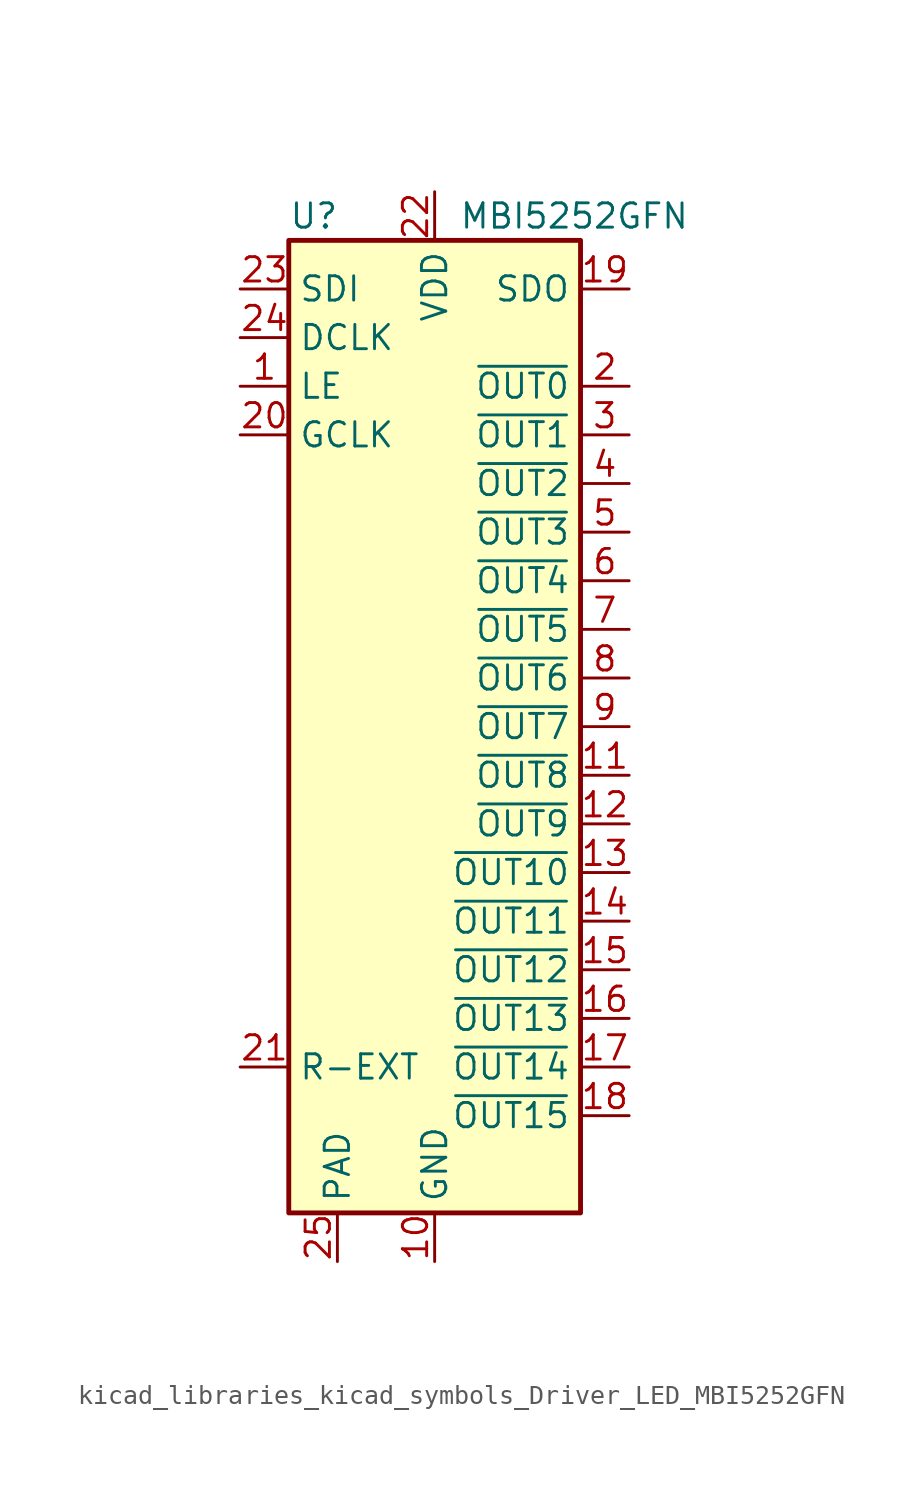
<source format=kicad_sym>
(kicad_symbol_lib
  (version 20220914)
  (generator kicad_symbol_editor)
  (symbol "kicad_libraries_kicad_symbols_Driver_LED_MBI5252GFN"
    (property "Reference" "U"
      (at -7.62 26.67 0)
      (effects (font (size 1.27 1.27)) (justify left)))
    (property "Value" "MBI5252GFN"
      (at 1.27 26.67 0)
      (effects (font (size 1.27 1.27)) (justify left)))
    (symbol "kicad_libraries_kicad_symbols_Driver_LED_MBI5252GFN_0_1"
      (rectangle (start -7.62 25.4) (end 7.62 -25.4) (stroke (width 0.254) (type default)) (fill (type background))))
    (symbol "kicad_libraries_kicad_symbols_Driver_LED_MBI5252GFN_1_1"
      (pin input line (at -10.16 17.78 0) (length 2.54) (name "LE" (effects (font (size 1.27 1.27)))) (number "1" (effects (font (size 1.27 1.27)))))
      (pin power_in line (at 0 -27.94 90) (length 2.54) (name "GND" (effects (font (size 1.27 1.27)))) (number "10" (effects (font (size 1.27 1.27)))))
      (pin open_collector line (at 10.16 -2.54 180) (length 2.54) (name "~{OUT8}" (effects (font (size 1.27 1.27)))) (number "11" (effects (font (size 1.27 1.27)))))
      (pin open_collector line (at 10.16 -5.08 180) (length 2.54) (name "~{OUT9}" (effects (font (size 1.27 1.27)))) (number "12" (effects (font (size 1.27 1.27)))))
      (pin open_collector line (at 10.16 -7.62 180) (length 2.54) (name "~{OUT10}" (effects (font (size 1.27 1.27)))) (number "13" (effects (font (size 1.27 1.27)))))
      (pin open_collector line (at 10.16 -10.16 180) (length 2.54) (name "~{OUT11}" (effects (font (size 1.27 1.27)))) (number "14" (effects (font (size 1.27 1.27)))))
      (pin open_collector line (at 10.16 -12.7 180) (length 2.54) (name "~{OUT12}" (effects (font (size 1.27 1.27)))) (number "15" (effects (font (size 1.27 1.27)))))
      (pin open_collector line (at 10.16 -15.24 180) (length 2.54) (name "~{OUT13}" (effects (font (size 1.27 1.27)))) (number "16" (effects (font (size 1.27 1.27)))))
      (pin open_collector line (at 10.16 -17.78 180) (length 2.54) (name "~{OUT14}" (effects (font (size 1.27 1.27)))) (number "17" (effects (font (size 1.27 1.27)))))
      (pin open_collector line (at 10.16 -20.32 180) (length 2.54) (name "~{OUT15}" (effects (font (size 1.27 1.27)))) (number "18" (effects (font (size 1.27 1.27)))))
      (pin output line (at 10.16 22.86 180) (length 2.54) (name "SDO" (effects (font (size 1.27 1.27)))) (number "19" (effects (font (size 1.27 1.27)))))
      (pin open_collector line (at 10.16 17.78 180) (length 2.54) (name "~{OUT0}" (effects (font (size 1.27 1.27)))) (number "2" (effects (font (size 1.27 1.27)))))
      (pin input line (at -10.16 15.24 0) (length 2.54) (name "GCLK" (effects (font (size 1.27 1.27)))) (number "20" (effects (font (size 1.27 1.27)))))
      (pin passive line (at -10.16 -17.78 0) (length 2.54) (name "R-EXT" (effects (font (size 1.27 1.27)))) (number "21" (effects (font (size 1.27 1.27)))))
      (pin power_in line (at 0 27.94 270) (length 2.54) (name "VDD" (effects (font (size 1.27 1.27)))) (number "22" (effects (font (size 1.27 1.27)))))
      (pin input line (at -10.16 22.86 0) (length 2.54) (name "SDI" (effects (font (size 1.27 1.27)))) (number "23" (effects (font (size 1.27 1.27)))))
      (pin input line (at -10.16 20.32 0) (length 2.54) (name "DCLK" (effects (font (size 1.27 1.27)))) (number "24" (effects (font (size 1.27 1.27)))))
      (pin power_in line (at -5.08 -27.94 90) (length 2.54) (name "PAD" (effects (font (size 1.27 1.27)))) (number "25" (effects (font (size 1.27 1.27)))))
      (pin open_collector line (at 10.16 15.24 180) (length 2.54) (name "~{OUT1}" (effects (font (size 1.27 1.27)))) (number "3" (effects (font (size 1.27 1.27)))))
      (pin open_collector line (at 10.16 12.7 180) (length 2.54) (name "~{OUT2}" (effects (font (size 1.27 1.27)))) (number "4" (effects (font (size 1.27 1.27)))))
      (pin open_collector line (at 10.16 10.16 180) (length 2.54) (name "~{OUT3}" (effects (font (size 1.27 1.27)))) (number "5" (effects (font (size 1.27 1.27)))))
      (pin open_collector line (at 10.16 7.62 180) (length 2.54) (name "~{OUT4}" (effects (font (size 1.27 1.27)))) (number "6" (effects (font (size 1.27 1.27)))))
      (pin open_collector line (at 10.16 5.08 180) (length 2.54) (name "~{OUT5}" (effects (font (size 1.27 1.27)))) (number "7" (effects (font (size 1.27 1.27)))))
      (pin open_collector line (at 10.16 2.54 180) (length 2.54) (name "~{OUT6}" (effects (font (size 1.27 1.27)))) (number "8" (effects (font (size 1.27 1.27)))))
      (pin open_collector line (at 10.16 0 180) (length 2.54) (name "~{OUT7}" (effects (font (size 1.27 1.27)))) (number "9" (effects (font (size 1.27 1.27))))))))
</source>
